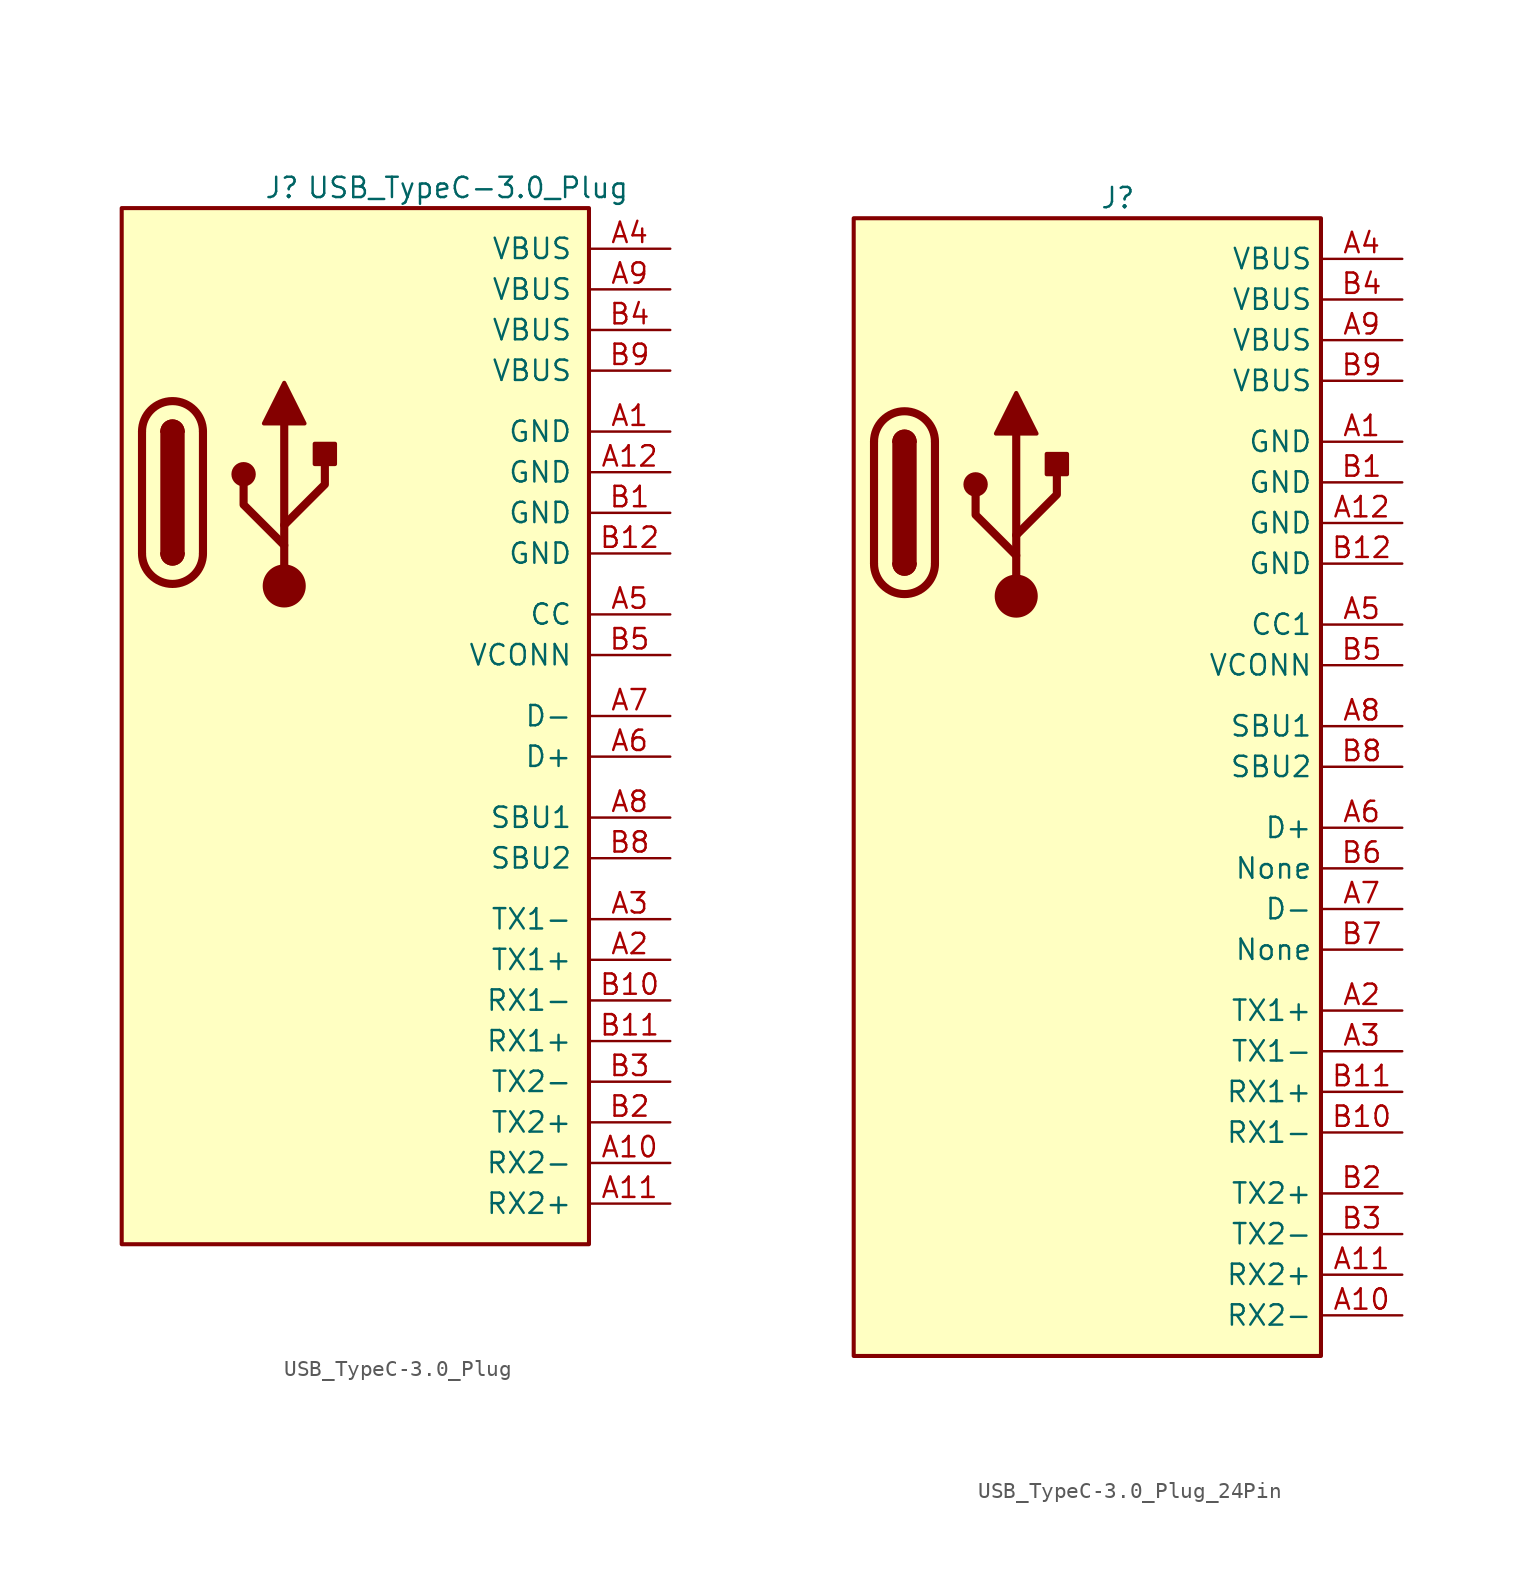
<source format=kicad_sym>
(kicad_symbol_lib
  (version 20220914)
  (generator kicad_symbol_editor)
  (symbol "USB_TypeC-3.0_Plug"
    (pin_names
      (offset 1.016))
    (property "Reference" "J"
      (at -10.16 19.05 0)
      (effects (font (size 1.27 1.27)) (justify left)))
    (property "Value" "USB_TypeC-3.0_Plug"
      (at 12.7 19.05 0)
      (effects (font (size 1.27 1.27)) (justify right)))
    (symbol "USB_TypeC-3.0_Plug_0_1"
      (rectangle (start -19.05 17.78) (end 10.16 -46.99) (stroke (width 0.254) (type default)) (fill (type background)))
      (arc (start -17.78 -3.81) (mid -15.875 -5.7067) (end -13.97 -3.81) (stroke (width 0.508) (type default)) (fill (type none)))
      (arc (start -16.51 -3.81) (mid -15.875 -4.4423) (end -15.24 -3.81) (stroke (width 0.254) (type default)) (fill (type none)))
      (arc (start -16.51 -3.81) (mid -15.875 -4.4423) (end -15.24 -3.81) (stroke (width 0.254) (type default)) (fill (type outline)))
      (rectangle (start -16.51 -3.81) (end -15.24 3.81) (stroke (width 0.254) (type default)) (fill (type outline)))
      (arc (start -15.24 3.81) (mid -15.875 4.4423) (end -16.51 3.81) (stroke (width 0.254) (type default)) (fill (type none)))
      (arc (start -15.24 3.81) (mid -15.875 4.4423) (end -16.51 3.81) (stroke (width 0.254) (type default)) (fill (type outline)))
      (arc (start -13.97 3.81) (mid -15.875 5.7067) (end -17.78 3.81) (stroke (width 0.508) (type default)) (fill (type none)))
      (circle (center -11.43 1.143) (radius 0.635) (stroke (width 0.254) (type default)) (fill (type outline)))
      (circle (center -8.89 -5.842) (radius 1.27) (stroke (width 0) (type default)) (fill (type outline)))
      (rectangle (start -6.985 1.778) (end -5.715 3.048) (stroke (width 0.254) (type default)) (fill (type outline)))
      (polyline (pts (xy -17.78 -3.81) (xy -17.78 3.81)) (stroke (width 0.508) (type default)) (fill (type none)))
      (polyline (pts (xy -13.97 3.81) (xy -13.97 -3.81)) (stroke (width 0.508) (type default)) (fill (type none)))
      (polyline (pts (xy -8.89 -5.842) (xy -8.89 4.318)) (stroke (width 0.508) (type default)) (fill (type none)))
      (polyline (pts (xy -8.89 -3.302) (xy -11.43 -0.762) (xy -11.43 0.508)) (stroke (width 0.508) (type default)) (fill (type none)))
      (polyline (pts (xy -8.89 -2.032) (xy -6.35 0.508) (xy -6.35 1.778)) (stroke (width 0.508) (type default)) (fill (type none)))
      (polyline (pts (xy -10.16 4.318) (xy -8.89 6.858) (xy -7.62 4.318) (xy -10.16 4.318)) (stroke (width 0.254) (type default)) (fill (type outline))))
    (symbol "USB_TypeC-3.0_Plug_1_1"
      (pin power_in line (at 15.24 3.81 180) (length 5.08) (name "GND" (effects (font (size 1.27 1.27)))) (number "A1" (effects (font (size 1.27 1.27)))))
      (pin passive line (at 15.24 -41.91 180) (length 5.08) (name "RX2-" (effects (font (size 1.27 1.27)))) (number "A10" (effects (font (size 1.27 1.27)))))
      (pin bidirectional line (at 15.24 -44.45 180) (length 5.08) (name "RX2+" (effects (font (size 1.27 1.27)))) (number "A11" (effects (font (size 1.27 1.27)))))
      (pin power_in line (at 15.24 1.27 180) (length 5.08) (name "GND" (effects (font (size 1.27 1.27)))) (number "A12" (effects (font (size 1.27 1.27)))))
      (pin bidirectional line (at 15.24 -29.21 180) (length 5.08) (name "TX1+" (effects (font (size 1.27 1.27)))) (number "A2" (effects (font (size 1.27 1.27)))))
      (pin bidirectional line (at 15.24 -26.67 180) (length 5.08) (name "TX1-" (effects (font (size 1.27 1.27)))) (number "A3" (effects (font (size 1.27 1.27)))))
      (pin power_in line (at 15.24 15.24 180) (length 5.08) (name "VBUS" (effects (font (size 1.27 1.27)))) (number "A4" (effects (font (size 1.27 1.27)))))
      (pin passive line (at 15.24 -7.62 180) (length 5.08) (name "CC" (effects (font (size 1.27 1.27)))) (number "A5" (effects (font (size 1.27 1.27)))))
      (pin bidirectional line (at 15.24 -16.51 180) (length 5.08) (name "D+" (effects (font (size 1.27 1.27)))) (number "A6" (effects (font (size 1.27 1.27)))))
      (pin bidirectional line (at 15.24 -13.97 180) (length 5.08) (name "D-" (effects (font (size 1.27 1.27)))) (number "A7" (effects (font (size 1.27 1.27)))))
      (pin bidirectional line (at 15.24 -20.32 180) (length 5.08) (name "SBU1" (effects (font (size 1.27 1.27)))) (number "A8" (effects (font (size 1.27 1.27)))))
      (pin power_in line (at 15.24 12.7 180) (length 5.08) (name "VBUS" (effects (font (size 1.27 1.27)))) (number "A9" (effects (font (size 1.27 1.27)))))
      (pin power_in line (at 15.24 -1.27 180) (length 5.08) (name "GND" (effects (font (size 1.27 1.27)))) (number "B1" (effects (font (size 1.27 1.27)))))
      (pin passive line (at 15.24 -31.75 180) (length 5.08) (name "RX1-" (effects (font (size 1.27 1.27)))) (number "B10" (effects (font (size 1.27 1.27)))))
      (pin bidirectional line (at 15.24 -34.29 180) (length 5.08) (name "RX1+" (effects (font (size 1.27 1.27)))) (number "B11" (effects (font (size 1.27 1.27)))))
      (pin power_in line (at 15.24 -3.81 180) (length 5.08) (name "GND" (effects (font (size 1.27 1.27)))) (number "B12" (effects (font (size 1.27 1.27)))))
      (pin bidirectional line (at 15.24 -39.37 180) (length 5.08) (name "TX2+" (effects (font (size 1.27 1.27)))) (number "B2" (effects (font (size 1.27 1.27)))))
      (pin bidirectional line (at 15.24 -36.83 180) (length 5.08) (name "TX2-" (effects (font (size 1.27 1.27)))) (number "B3" (effects (font (size 1.27 1.27)))))
      (pin power_in line (at 15.24 10.16 180) (length 5.08) (name "VBUS" (effects (font (size 1.27 1.27)))) (number "B4" (effects (font (size 1.27 1.27)))))
      (pin passive line (at 15.24 -10.16 180) (length 5.08) (name "VCONN" (effects (font (size 1.27 1.27)))) (number "B5" (effects (font (size 1.27 1.27)))))
      (pin bidirectional line (at 15.24 -22.86 180) (length 5.08) (name "SBU2" (effects (font (size 1.27 1.27)))) (number "B8" (effects (font (size 1.27 1.27)))))
      (pin power_in line (at 15.24 7.62 180) (length 5.08) (name "VBUS" (effects (font (size 1.27 1.27)))) (number "B9" (effects (font (size 1.27 1.27)))))))
  (symbol "USB_TypeC-3.0_Plug_24Pin"
    (property "Reference" "J"
      (at 0 29.21 0)
      (effects (font (size 1.27 1.27))))
    (property "Value" ""
      (at 1.27 0 0)
      (effects (font (size 1.27 1.27))))
    (symbol "USB_TypeC-3.0_Plug_24Pin_0_1"
      (rectangle (start -16.51 27.94) (end 12.7 -43.18) (stroke (width 0.254) (type default)) (fill (type background)))
      (arc (start -15.24 6.35) (mid -13.335 4.4533) (end -11.43 6.35) (stroke (width 0.508) (type default)) (fill (type none)))
      (arc (start -13.97 6.35) (mid -13.335 5.7177) (end -12.7 6.35) (stroke (width 0.254) (type default)) (fill (type none)))
      (arc (start -13.97 6.35) (mid -13.335 5.7177) (end -12.7 6.35) (stroke (width 0.254) (type default)) (fill (type outline)))
      (rectangle (start -13.97 6.35) (end -12.7 13.97) (stroke (width 0.254) (type default)) (fill (type outline)))
      (arc (start -12.7 13.97) (mid -13.335 14.6023) (end -13.97 13.97) (stroke (width 0.254) (type default)) (fill (type none)))
      (arc (start -12.7 13.97) (mid -13.335 14.6023) (end -13.97 13.97) (stroke (width 0.254) (type default)) (fill (type outline)))
      (arc (start -11.43 13.97) (mid -13.335 15.8667) (end -15.24 13.97) (stroke (width 0.508) (type default)) (fill (type none)))
      (circle (center -8.89 11.303) (radius 0.635) (stroke (width 0.254) (type default)) (fill (type outline)))
      (circle (center -6.35 4.318) (radius 1.27) (stroke (width 0) (type default)) (fill (type outline)))
      (rectangle (start -4.445 11.938) (end -3.175 13.208) (stroke (width 0.254) (type default)) (fill (type outline)))
      (polyline (pts (xy -15.24 6.35) (xy -15.24 13.97)) (stroke (width 0.508) (type default)) (fill (type none)))
      (polyline (pts (xy -11.43 13.97) (xy -11.43 6.35)) (stroke (width 0.508) (type default)) (fill (type none)))
      (polyline (pts (xy -6.35 4.318) (xy -6.35 14.478)) (stroke (width 0.508) (type default)) (fill (type none)))
      (polyline (pts (xy -6.35 6.858) (xy -8.89 9.398) (xy -8.89 10.668)) (stroke (width 0.508) (type default)) (fill (type none)))
      (polyline (pts (xy -6.35 8.128) (xy -3.81 10.668) (xy -3.81 11.938)) (stroke (width 0.508) (type default)) (fill (type none)))
      (polyline (pts (xy -7.62 14.478) (xy -6.35 17.018) (xy -5.08 14.478) (xy -7.62 14.478)) (stroke (width 0.254) (type default)) (fill (type outline))))
    (symbol "USB_TypeC-3.0_Plug_24Pin_1_1"
      (pin power_in line (at 17.78 13.97 180) (length 5.08) (name "GND" (effects (font (size 1.27 1.27)))) (number "A1" (effects (font (size 1.27 1.27)))))
      (pin bidirectional line (at 17.78 -40.64 180) (length 5.08) (name "RX2-" (effects (font (size 1.27 1.27)))) (number "A10" (effects (font (size 1.27 1.27)))))
      (pin bidirectional line (at 17.78 -38.1 180) (length 5.08) (name "RX2+" (effects (font (size 1.27 1.27)))) (number "A11" (effects (font (size 1.27 1.27)))))
      (pin power_in line (at 17.78 8.89 180) (length 5.08) (name "GND" (effects (font (size 1.27 1.27)))) (number "A12" (effects (font (size 1.27 1.27)))))
      (pin bidirectional line (at 17.78 -21.59 180) (length 5.08) (name "TX1+" (effects (font (size 1.27 1.27)))) (number "A2" (effects (font (size 1.27 1.27)))))
      (pin bidirectional line (at 17.78 -24.13 180) (length 5.08) (name "TX1-" (effects (font (size 1.27 1.27)))) (number "A3" (effects (font (size 1.27 1.27)))))
      (pin power_in line (at 17.78 25.4 180) (length 5.08) (name "VBUS" (effects (font (size 1.27 1.27)))) (number "A4" (effects (font (size 1.27 1.27)))))
      (pin bidirectional line (at 17.78 2.54 180) (length 5.08) (name "CC1" (effects (font (size 1.27 1.27)))) (number "A5" (effects (font (size 1.27 1.27)))))
      (pin bidirectional line (at 17.78 -10.16 180) (length 5.08) (name "D+" (effects (font (size 1.27 1.27)))) (number "A6" (effects (font (size 1.27 1.27)))))
      (pin bidirectional line (at 17.78 -15.24 180) (length 5.08) (name "D-" (effects (font (size 1.27 1.27)))) (number "A7" (effects (font (size 1.27 1.27)))))
      (pin bidirectional line (at 17.78 -3.81 180) (length 5.08) (name "SBU1" (effects (font (size 1.27 1.27)))) (number "A8" (effects (font (size 1.27 1.27)))))
      (pin power_in line (at 17.78 20.32 180) (length 5.08) (name "VBUS" (effects (font (size 1.27 1.27)))) (number "A9" (effects (font (size 1.27 1.27)))))
      (pin power_in line (at 17.78 11.43 180) (length 5.08) (name "GND" (effects (font (size 1.27 1.27)))) (number "B1" (effects (font (size 1.27 1.27)))))
      (pin bidirectional line (at 17.78 -29.21 180) (length 5.08) (name "RX1-" (effects (font (size 1.27 1.27)))) (number "B10" (effects (font (size 1.27 1.27)))))
      (pin bidirectional line (at 17.78 -26.67 180) (length 5.08) (name "RX1+" (effects (font (size 1.27 1.27)))) (number "B11" (effects (font (size 1.27 1.27)))))
      (pin power_in line (at 17.78 6.35 180) (length 5.08) (name "GND" (effects (font (size 1.27 1.27)))) (number "B12" (effects (font (size 1.27 1.27)))))
      (pin bidirectional line (at 17.78 -33.02 180) (length 5.08) (name "TX2+" (effects (font (size 1.27 1.27)))) (number "B2" (effects (font (size 1.27 1.27)))))
      (pin bidirectional line (at 17.78 -35.56 180) (length 5.08) (name "TX2-" (effects (font (size 1.27 1.27)))) (number "B3" (effects (font (size 1.27 1.27)))))
      (pin power_in line (at 17.78 22.86 180) (length 5.08) (name "VBUS" (effects (font (size 1.27 1.27)))) (number "B4" (effects (font (size 1.27 1.27)))))
      (pin bidirectional line (at 17.78 0 180) (length 5.08) (name "VCONN" (effects (font (size 1.27 1.27)))) (number "B5" (effects (font (size 1.27 1.27)))))
      (pin bidirectional line (at 17.78 -12.7 180) (length 5.08) (name "None" (effects (font (size 1.27 1.27)))) (number "B6" (effects (font (size 1.27 1.27)))))
      (pin bidirectional line (at 17.78 -17.78 180) (length 5.08) (name "None" (effects (font (size 1.27 1.27)))) (number "B7" (effects (font (size 1.27 1.27)))))
      (pin bidirectional line (at 17.78 -6.35 180) (length 5.08) (name "SBU2" (effects (font (size 1.27 1.27)))) (number "B8" (effects (font (size 1.27 1.27)))))
      (pin power_in line (at 17.78 17.78 180) (length 5.08) (name "VBUS" (effects (font (size 1.27 1.27)))) (number "B9" (effects (font (size 1.27 1.27))))))))
</source>
